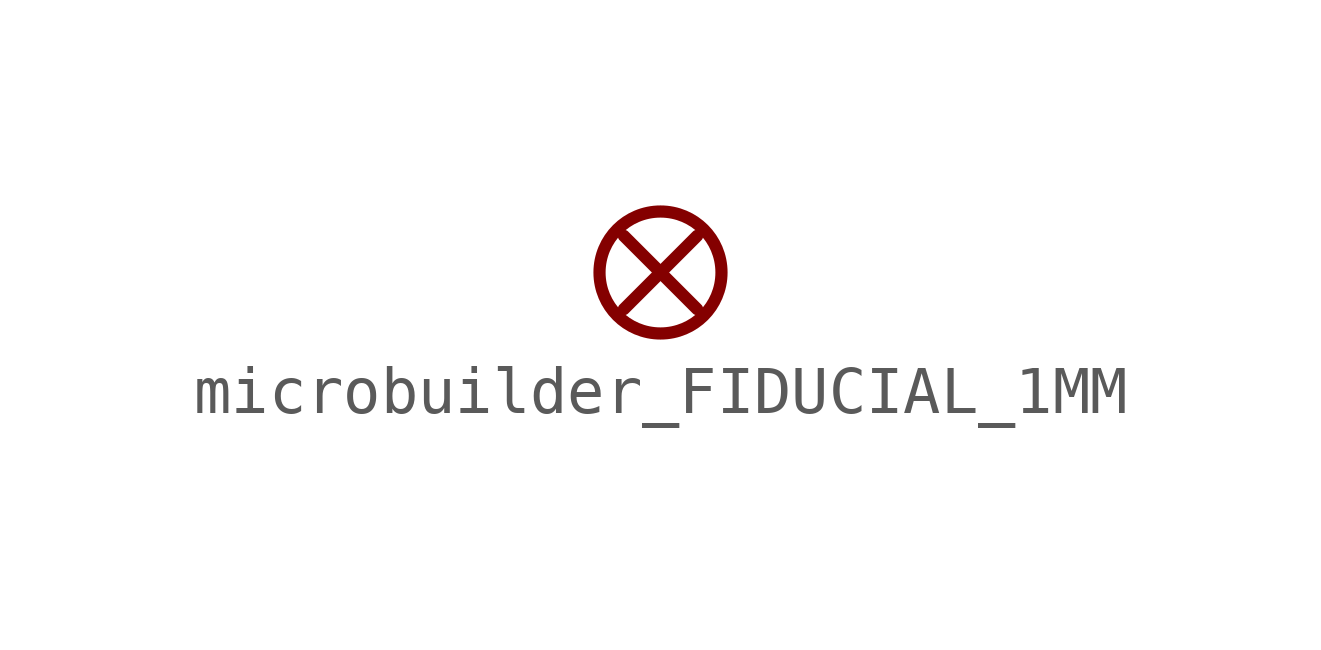
<source format=kicad_sym>
(kicad_symbol_lib
  (version 20241209)
  (generator "kicad_symbol_editor")
  (generator_version "9.0")
  (symbol "microbuilder_FIDUCIAL_1MM"
    (property "Reference" "FID"
      (at 0 0 0)
      (effects (font (size 1.27 1.27)) (hide yes)))
    (property "ki_locked" ""
      (at 0 0 0)
      (effects (font (size 1.27 1.27))))
    (symbol "microbuilder_FIDUCIAL_1MM_1_0"
      (polyline (pts (xy -0.762 0.762) (xy 0.762 -0.762)) (stroke (width 0.254) (type solid)) (fill (type none)))
      (circle (center 0 0) (radius 1.27) (stroke (width 0.254) (type solid)) (fill (type none)))
      (polyline (pts (xy 0.762 0.762) (xy -0.762 -0.762)) (stroke (width 0.254) (type solid)) (fill (type none))))))
</source>
